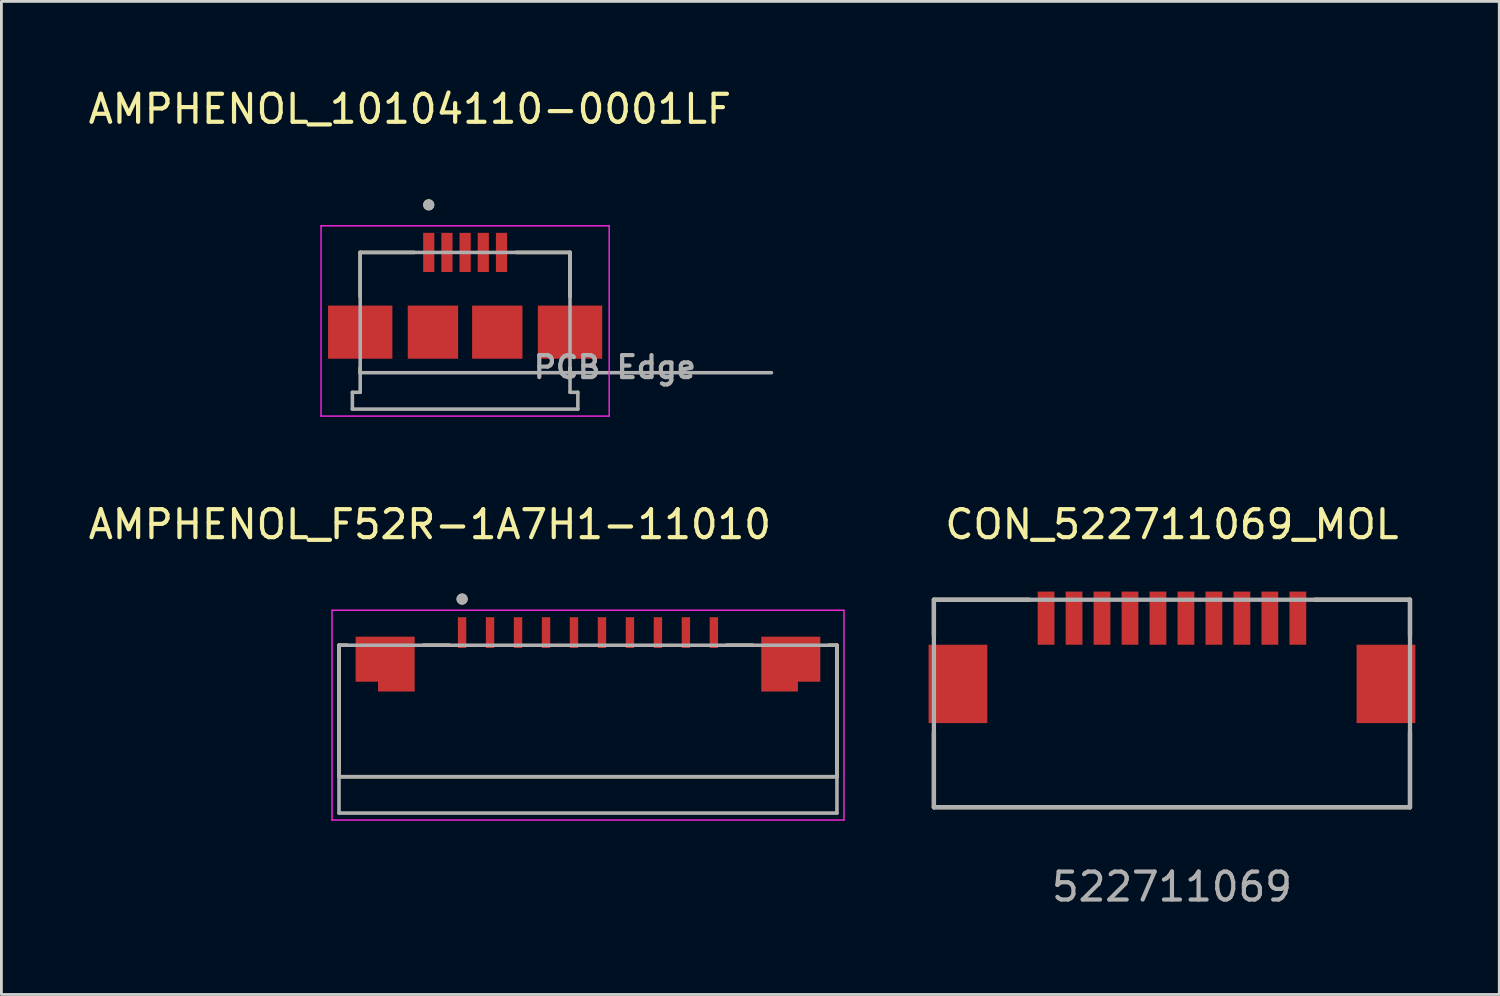
<source format=kicad_pcb>
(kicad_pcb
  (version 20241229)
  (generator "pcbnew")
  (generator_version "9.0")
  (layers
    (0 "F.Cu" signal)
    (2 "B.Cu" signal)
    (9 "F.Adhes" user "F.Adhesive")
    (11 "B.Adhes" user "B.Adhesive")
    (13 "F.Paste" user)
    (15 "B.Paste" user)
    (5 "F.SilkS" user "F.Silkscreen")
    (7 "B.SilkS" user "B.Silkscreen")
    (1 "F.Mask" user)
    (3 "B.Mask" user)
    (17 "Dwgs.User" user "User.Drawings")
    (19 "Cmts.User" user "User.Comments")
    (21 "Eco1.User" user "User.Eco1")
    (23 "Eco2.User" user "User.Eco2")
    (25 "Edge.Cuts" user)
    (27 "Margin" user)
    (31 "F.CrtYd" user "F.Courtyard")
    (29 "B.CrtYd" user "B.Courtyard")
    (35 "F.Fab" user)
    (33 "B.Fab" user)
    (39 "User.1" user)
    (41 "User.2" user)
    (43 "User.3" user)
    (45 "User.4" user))
  (footprint "AMPHENOL_F52R-1A7H1-11010"
    (layer "F.Cu")
    (at 17.968 22.364)
    (property "Reference" "AMPHENOL_F52R-1A7H1-11010" (at -5.652 -6.668 0) (layer "F.SilkS") (effects (font (size 1 1) (thickness 0.15))))
    (attr smd)
    (fp_poly (pts (xy -8.4 -2.75) (xy -8.4 -0.95) (xy -7.6 -0.95) (xy -7.6 -0.6) (xy -6.1 -0.6) (xy -6.1 -2.75)) (stroke (width 0.01) (type solid)) (fill yes) (layer "F.Mask"))
    (fp_poly (pts (xy 7.6 -0.6) (xy 6.1 -0.6) (xy 6.1 -2.75) (xy 8.4 -2.75) (xy 8.4 -0.95) (xy 7.6 -0.95)) (stroke (width 0.01) (type solid)) (fill yes) (layer "F.Mask"))
    (fp_line (start -8.9 -2.35) (end -8.62 -2.35) (stroke (width 0.127) (type solid)) (layer "F.SilkS"))
    (fp_line (start -8.9 2.35) (end -8.9 -2.35) (stroke (width 0.127) (type solid)) (layer "F.SilkS"))
    (fp_line (start -5.886 -2.35) (end -4.963 -2.35) (stroke (width 0.127) (type solid)) (layer "F.SilkS"))
    (fp_line (start 4.963 -2.35) (end 5.886 -2.35) (stroke (width 0.127) (type solid)) (layer "F.SilkS"))
    (fp_line (start 8.62 -2.35) (end 8.9 -2.35) (stroke (width 0.127) (type solid)) (layer "F.SilkS"))
    (fp_line (start 8.9 -2.35) (end 8.9 2.35) (stroke (width 0.127) (type solid)) (layer "F.SilkS"))
    (fp_line (start 8.9 2.35) (end -8.9 2.35) (stroke (width 0.127) (type solid)) (layer "F.SilkS"))
    (fp_circle (center -4.5 -4) (end -4.4 -4) (stroke (width 0.2) (type solid)) (fill no) (layer "F.SilkS"))
    (fp_poly (pts (xy -8.3 -2.65) (xy -8.3 -1.05) (xy -7.5 -1.05) (xy -7.5 -0.7) (xy -6.2 -0.7) (xy -6.2 -2.65)) (stroke (width 0.01) (type solid)) (fill yes) (layer "F.Paste"))
    (fp_poly (pts (xy 7.5 -0.7) (xy 6.2 -0.7) (xy 6.2 -2.65) (xy 8.3 -2.65) (xy 8.3 -1.05) (xy 7.5 -1.05)) (stroke (width 0.01) (type solid)) (fill yes) (layer "F.Paste"))
    (fp_line (start -9.15 -3.6) (end -9.15 3.9) (stroke (width 0.05) (type solid)) (layer "F.CrtYd"))
    (fp_line (start -9.15 3.9) (end 9.15 3.9) (stroke (width 0.05) (type solid)) (layer "F.CrtYd"))
    (fp_line (start 9.15 -3.6) (end -9.15 -3.6) (stroke (width 0.05) (type solid)) (layer "F.CrtYd"))
    (fp_line (start 9.15 3.9) (end 9.15 -3.6) (stroke (width 0.05) (type solid)) (layer "F.CrtYd"))
    (fp_line (start -8.9 -2.35) (end 8.9 -2.35) (stroke (width 0.127) (type solid)) (layer "F.Fab"))
    (fp_line (start -8.9 2.35) (end -8.9 -2.35) (stroke (width 0.127) (type solid)) (layer "F.Fab"))
    (fp_line (start -8.9 3.65) (end -8.9 2.35) (stroke (width 0.127) (type solid)) (layer "F.Fab"))
    (fp_line (start 8.9 -2.35) (end 8.9 2.35) (stroke (width 0.127) (type solid)) (layer "F.Fab"))
    (fp_line (start 8.9 2.35) (end -8.9 2.35) (stroke (width 0.127) (type solid)) (layer "F.Fab"))
    (fp_line (start 8.9 2.35) (end 8.9 3.65) (stroke (width 0.127) (type solid)) (layer "F.Fab"))
    (fp_line (start 8.9 3.65) (end -8.9 3.65) (stroke (width 0.127) (type solid)) (layer "F.Fab"))
    (fp_circle (center -4.5 -4) (end -4.4 -4) (stroke (width 0.2) (type solid)) (fill no) (layer "F.Fab"))
    (pad "1" smd rect (at -4.5 -2.8) (size 0.3 1.1) (layers "F.Cu" "F.Mask" "F.Paste"))
    (pad "2" smd rect (at -3.5 -2.8) (size 0.3 1.1) (layers "F.Cu" "F.Mask" "F.Paste"))
    (pad "3" smd rect (at -2.5 -2.8) (size 0.3 1.1) (layers "F.Cu" "F.Mask" "F.Paste"))
    (pad "4" smd rect (at -1.5 -2.8) (size 0.3 1.1) (layers "F.Cu" "F.Mask" "F.Paste"))
    (pad "5" smd rect (at -0.5 -2.8) (size 0.3 1.1) (layers "F.Cu" "F.Mask" "F.Paste"))
    (pad "6" smd rect (at 0.5 -2.8) (size 0.3 1.1) (layers "F.Cu" "F.Mask" "F.Paste"))
    (pad "7" smd rect (at 1.5 -2.8) (size 0.3 1.1) (layers "F.Cu" "F.Mask" "F.Paste"))
    (pad "8" smd rect (at 2.5 -2.8) (size 0.3 1.1) (layers "F.Cu" "F.Mask" "F.Paste"))
    (pad "9" smd rect (at 3.5 -2.8) (size 0.3 1.1) (layers "F.Cu" "F.Mask" "F.Paste"))
    (pad "10" smd rect (at 4.5 -2.8) (size 0.3 1.1) (layers "F.Cu" "F.Mask" "F.Paste"))
    (pad "SH1" smd custom (at -7.25 -1.675) (size 1 1) (layers "F.Cu") (options (anchor rect)) (primitives (gr_poly (pts (xy -1.05 -0.975) (xy -1.05 0.625) (xy -0.25 0.625) (xy -0.25 0.975) (xy 1.05 0.975) (xy 1.05 -0.975)) (width 0.01) (fill yes))))
    (pad "SH2" smd custom (at 7.25 -1.675) (size 1 1) (layers "F.Cu") (options (anchor rect)) (primitives (gr_poly (pts (xy 0.25 0.975) (xy -1.05 0.975) (xy -1.05 -0.975) (xy 1.05 -0.975) (xy 1.05 0.625) (xy 0.25 0.625)) (width 0.01) (fill yes)))))
  (footprint "CON_522711069_MOL"
    (layer "F.Cu")
    (at 38.843 22.097)
    (property "Reference" "CON_522711069_MOL" (at 0 -6.401 0) (layer "F.SilkS") (effects (font (size 1 1) (thickness 0.15))))
    (attr smd)
    (fp_line (start -8.509 -3.708) (end -8.509 -2.413) (stroke (width 0.152) (type solid)) (layer "F.SilkS"))
    (fp_line (start -8.509 1.016) (end -8.509 3.708) (stroke (width 0.152) (type solid)) (layer "F.SilkS"))
    (fp_line (start -8.509 3.708) (end 8.509 3.708) (stroke (width 0.152) (type solid)) (layer "F.SilkS"))
    (fp_line (start -5.105 -3.708) (end -8.509 -3.708) (stroke (width 0.152) (type solid)) (layer "F.SilkS"))
    (fp_line (start 8.509 -3.708) (end 5.105 -3.708) (stroke (width 0.152) (type solid)) (layer "F.SilkS"))
    (fp_line (start 8.509 -2.413) (end 8.509 -3.708) (stroke (width 0.152) (type solid)) (layer "F.SilkS"))
    (fp_line (start 8.509 3.708) (end 8.509 1.016) (stroke (width 0.152) (type solid)) (layer "F.SilkS"))
    (fp_line (start -8.509 -3.708) (end -8.509 3.708) (stroke (width 0.152) (type solid)) (layer "F.Fab"))
    (fp_line (start -8.509 3.708) (end 8.509 3.708) (stroke (width 0.152) (type solid)) (layer "F.Fab"))
    (fp_line (start 8.509 -3.708) (end -8.509 -3.708) (stroke (width 0.152) (type solid)) (layer "F.Fab"))
    (fp_line (start 8.509 3.708) (end 8.509 -3.708) (stroke (width 0.152) (type solid)) (layer "F.Fab"))
    (fp_text user "522711069" (at 0 6.553 0) (layer "F.Fab") (effects (font (size 1 1) (thickness 0.15))))
    (pad "1" smd rect (at -4.5 -3.05) (size 0.6 1.9) (layers "F.Cu" "F.Mask" "F.Paste"))
    (pad "2" smd rect (at -3.5 -3.05) (size 0.6 1.9) (layers "F.Cu" "F.Mask" "F.Paste"))
    (pad "3" smd rect (at -2.5 -3.05) (size 0.6 1.9) (layers "F.Cu" "F.Mask" "F.Paste"))
    (pad "4" smd rect (at -1.5 -3.05) (size 0.6 1.9) (layers "F.Cu" "F.Mask" "F.Paste"))
    (pad "5" smd rect (at -0.5 -3.05) (size 0.6 1.9) (layers "F.Cu" "F.Mask" "F.Paste"))
    (pad "6" smd rect (at 0.5 -3.05) (size 0.6 1.9) (layers "F.Cu" "F.Mask" "F.Paste"))
    (pad "7" smd rect (at 1.5 -3.05) (size 0.6 1.9) (layers "F.Cu" "F.Mask" "F.Paste"))
    (pad "8" smd rect (at 2.5 -3.05) (size 0.6 1.9) (layers "F.Cu" "F.Mask" "F.Paste"))
    (pad "9" smd rect (at 3.5 -3.05) (size 0.6 1.9) (layers "F.Cu" "F.Mask" "F.Paste"))
    (pad "10" smd rect (at 4.5 -3.05) (size 0.6 1.9) (layers "F.Cu" "F.Mask" "F.Paste"))
    (pad "MP" smd rect (at -7.65 -0.7) (size 2.1 2.8) (layers "F.Cu" "F.Mask" "F.Paste"))
    (pad "MP" smd rect (at 7.65 -0.7) (size 2.1 2.8) (layers "F.Cu" "F.Mask" "F.Paste")))
  (footprint "AMPHENOL_10104110-0001LF"
    (layer "F.Cu")
    (at 13.576 8.823)
    (property "Reference" "AMPHENOL_10104110-0001LF" (at -1.975 -7.975 0) (layer "F.SilkS") (effects (font (size 1 1) (thickness 0.15))))
    (attr smd)
    (fp_line (start -3.75 -2.85) (end -3.75 -1.27) (stroke (width 0.127) (type solid)) (layer "F.SilkS"))
    (fp_line (start -3.75 1.45) (end -3.75 1.27) (stroke (width 0.127) (type solid)) (layer "F.SilkS"))
    (fp_line (start -1.82 -2.85) (end -3.75 -2.85) (stroke (width 0.127) (type solid)) (layer "F.SilkS"))
    (fp_line (start 3.75 -2.85) (end 1.82 -2.85) (stroke (width 0.127) (type solid)) (layer "F.SilkS"))
    (fp_line (start 3.75 -1.27) (end 3.75 -2.85) (stroke (width 0.127) (type solid)) (layer "F.SilkS"))
    (fp_line (start 3.75 1.45) (end 3.75 1.27) (stroke (width 0.127) (type solid)) (layer "F.SilkS"))
    (fp_circle (center -1.3 -4.55) (end -1.2 -4.55) (stroke (width 0.2) (type solid)) (fill no) (layer "F.SilkS"))
    (fp_line (start -5.15 -3.8) (end -5.15 3) (stroke (width 0.05) (type solid)) (layer "F.CrtYd"))
    (fp_line (start -5.15 3) (end 5.15 3) (stroke (width 0.05) (type solid)) (layer "F.CrtYd"))
    (fp_line (start 5.15 -3.8) (end -5.15 -3.8) (stroke (width 0.05) (type solid)) (layer "F.CrtYd"))
    (fp_line (start 5.15 3) (end 5.15 -3.8) (stroke (width 0.05) (type solid)) (layer "F.CrtYd"))
    (fp_line (start -4.03 2.15) (end -4.03 2.75) (stroke (width 0.127) (type solid)) (layer "F.Fab"))
    (fp_line (start -4.03 2.75) (end 4.03 2.75) (stroke (width 0.127) (type solid)) (layer "F.Fab"))
    (fp_line (start -3.75 -2.85) (end -3.75 1.45) (stroke (width 0.127) (type solid)) (layer "F.Fab"))
    (fp_line (start -3.75 1.45) (end -3.75 2.15) (stroke (width 0.127) (type solid)) (layer "F.Fab"))
    (fp_line (start -3.75 1.45) (end 3.75 1.45) (stroke (width 0.127) (type solid)) (layer "F.Fab"))
    (fp_line (start -3.75 2.15) (end -4.03 2.15) (stroke (width 0.127) (type solid)) (layer "F.Fab"))
    (fp_line (start 3.75 -2.85) (end -3.75 -2.85) (stroke (width 0.127) (type solid)) (layer "F.Fab"))
    (fp_line (start 3.75 1.45) (end 3.75 -2.85) (stroke (width 0.127) (type solid)) (layer "F.Fab"))
    (fp_line (start 3.75 1.45) (end 10.95 1.45) (stroke (width 0.127) (type solid)) (layer "F.Fab"))
    (fp_line (start 3.75 2.15) (end 3.75 1.45) (stroke (width 0.127) (type solid)) (layer "F.Fab"))
    (fp_line (start 3.75 2.15) (end 4.03 2.15) (stroke (width 0.127) (type solid)) (layer "F.Fab"))
    (fp_line (start 4.03 2.15) (end 4.03 2.75) (stroke (width 0.127) (type solid)) (layer "F.Fab"))
    (fp_circle (center -1.3 -4.55) (end -1.2 -4.55) (stroke (width 0.2) (type solid)) (fill no) (layer "F.Fab"))
    (fp_text user "PCB Edge" (at 5.35 1.25 0) (layer "F.Fab") (effects (font (size 0.787 0.787) (thickness 0.15))))
    (pad "1" smd rect (at -1.3 -2.85) (size 0.4 1.4) (layers "F.Cu" "F.Mask" "F.Paste"))
    (pad "2" smd rect (at -0.65 -2.85) (size 0.4 1.4) (layers "F.Cu" "F.Mask" "F.Paste"))
    (pad "3" smd rect (at 0 -2.85) (size 0.4 1.4) (layers "F.Cu" "F.Mask" "F.Paste"))
    (pad "4" smd rect (at 0.65 -2.85) (size 0.4 1.4) (layers "F.Cu" "F.Mask" "F.Paste"))
    (pad "5" smd rect (at 1.3 -2.85) (size 0.4 1.4) (layers "F.Cu" "F.Mask" "F.Paste"))
    (pad "SH1" smd rect (at -3.75 0) (size 2.3 1.9) (layers "F.Cu" "F.Mask" "F.Paste"))
    (pad "SH2" smd rect (at -1.15 0) (size 1.8 1.9) (layers "F.Cu" "F.Mask" "F.Paste"))
    (pad "SH3" smd rect (at 1.15 0) (size 1.8 1.9) (layers "F.Cu" "F.Mask" "F.Paste"))
    (pad "SH4" smd rect (at 3.75 0) (size 2.3 1.9) (layers "F.Cu" "F.Mask" "F.Paste")))
  (gr_rect
    (start -3 -3)
    (end 50.543 32.499)
    (stroke (width 0.1) (type default))
    (fill no)
    (layer "Edge.Cuts")))
</source>
